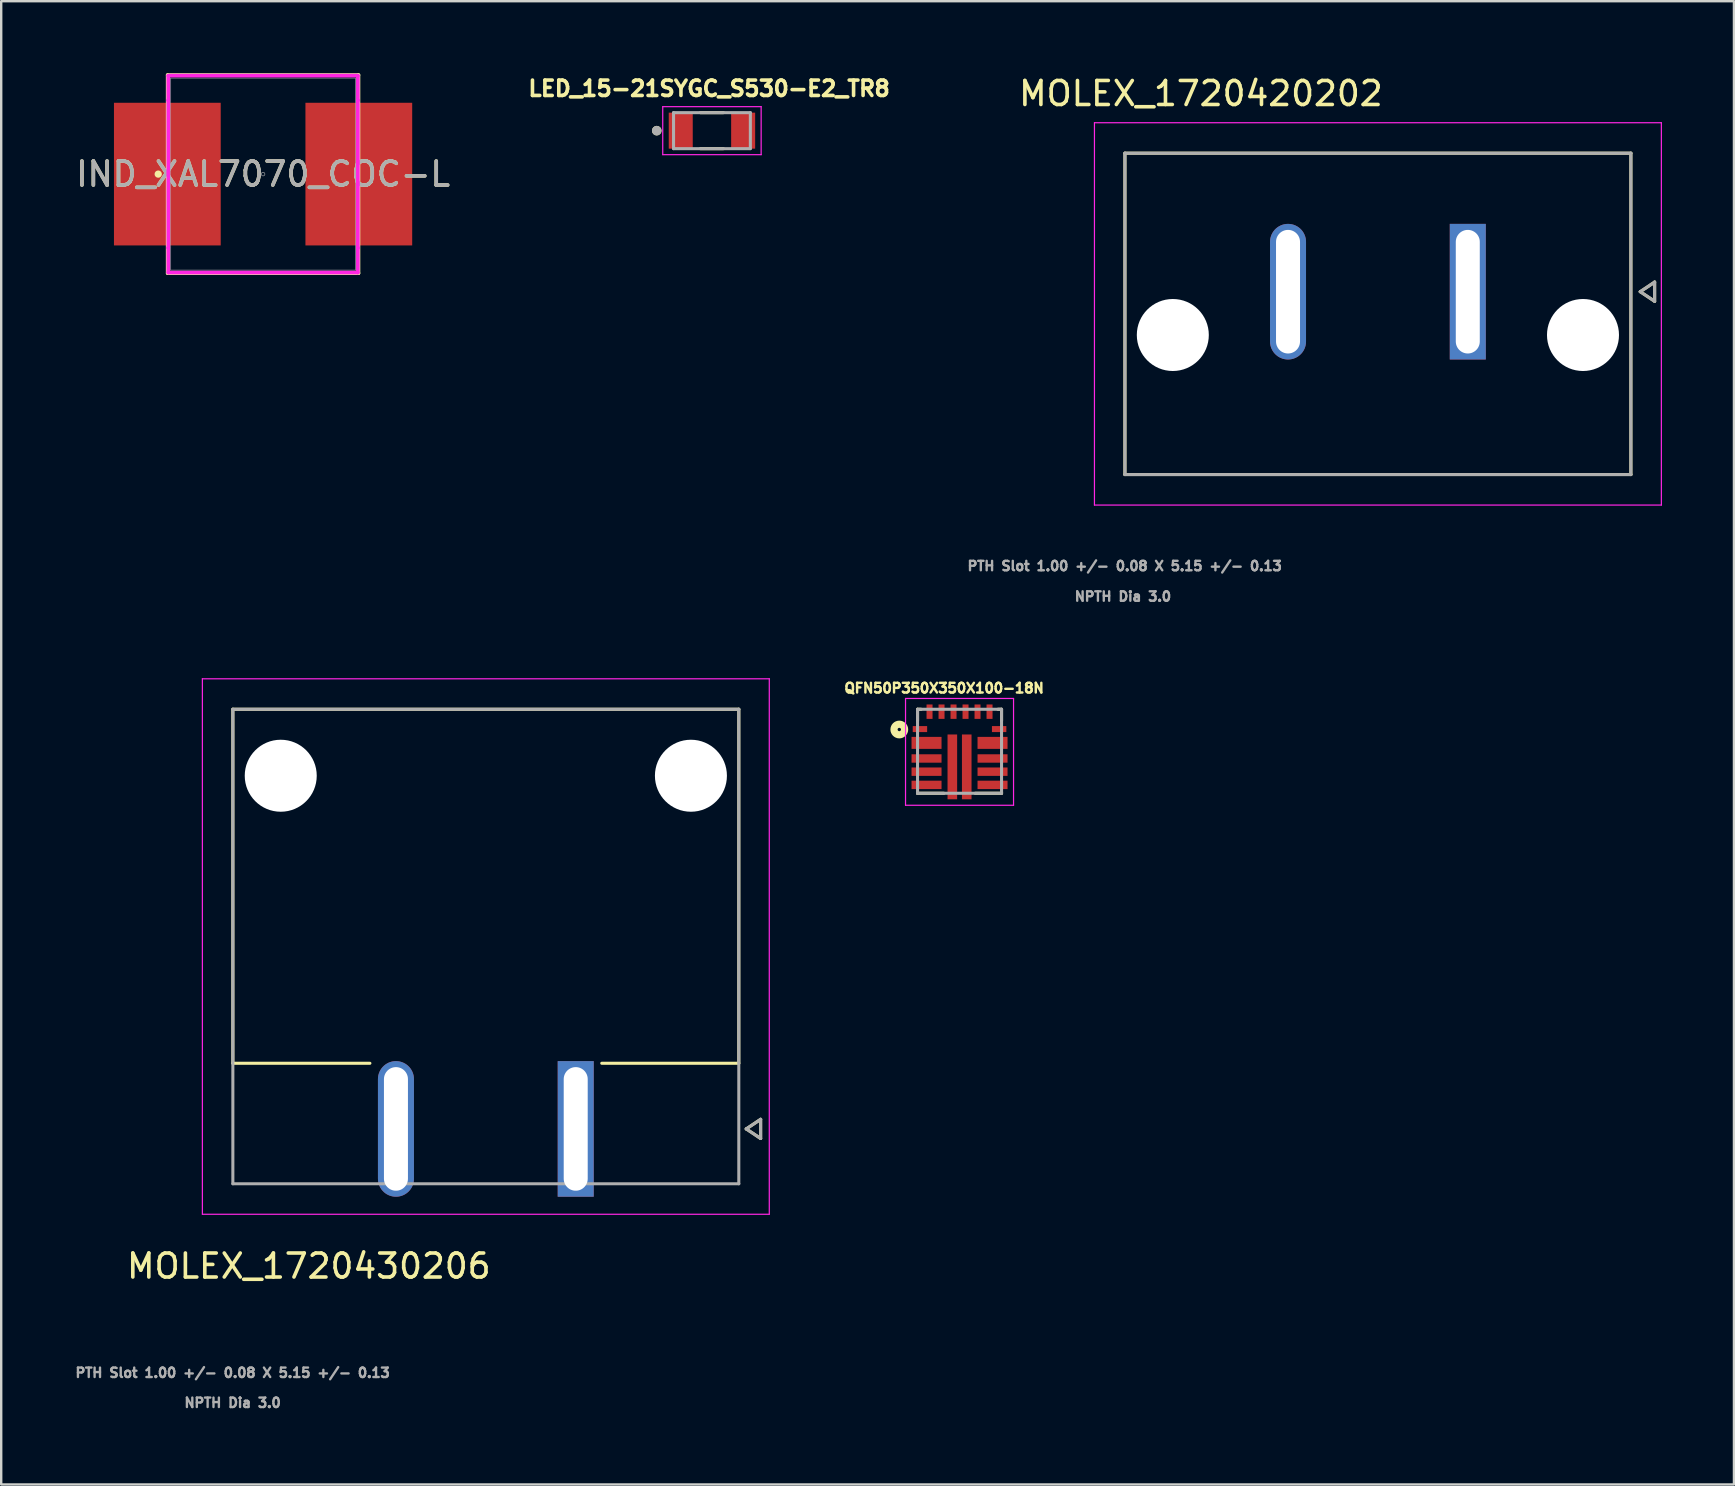
<source format=kicad_pcb>
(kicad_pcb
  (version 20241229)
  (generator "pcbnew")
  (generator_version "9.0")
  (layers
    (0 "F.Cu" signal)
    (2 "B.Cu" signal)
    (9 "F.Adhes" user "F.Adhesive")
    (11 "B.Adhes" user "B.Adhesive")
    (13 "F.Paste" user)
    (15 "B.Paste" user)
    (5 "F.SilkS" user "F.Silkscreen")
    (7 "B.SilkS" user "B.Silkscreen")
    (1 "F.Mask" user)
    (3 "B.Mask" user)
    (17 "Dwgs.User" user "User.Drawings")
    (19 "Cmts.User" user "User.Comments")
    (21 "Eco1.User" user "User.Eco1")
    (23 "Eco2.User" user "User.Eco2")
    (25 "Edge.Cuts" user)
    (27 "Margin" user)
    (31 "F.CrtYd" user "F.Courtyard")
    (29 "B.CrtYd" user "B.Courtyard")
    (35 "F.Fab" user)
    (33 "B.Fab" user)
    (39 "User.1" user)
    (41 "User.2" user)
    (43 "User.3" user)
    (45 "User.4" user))
  (footprint "LED_15-21SYGC_S530-E2_TR8"
    (layer "F.Cu")
    (at 26.613 2.394)
    (property "Reference" "LED_15-21SYGC_S530-E2_TR8" (at -0.118 -1.756 0) (layer "F.SilkS") (effects (font (size 0.64 0.64) (thickness 0.15))))
    (attr smd)
    (fp_line (start -0.48 0.75) (end 0.48 0.75) (stroke (width 0.127) (type solid)) (layer "F.SilkS"))
    (fp_line (start 0.48 -0.75) (end -0.48 -0.75) (stroke (width 0.127) (type solid)) (layer "F.SilkS"))
    (fp_circle (center -2.3 0) (end -2.2 0) (stroke (width 0.2) (type solid)) (fill no) (layer "F.SilkS"))
    (fp_line (start -2.05 -1) (end -2.05 1) (stroke (width 0.05) (type solid)) (layer "F.CrtYd"))
    (fp_line (start -2.05 1) (end 2.05 1) (stroke (width 0.05) (type solid)) (layer "F.CrtYd"))
    (fp_line (start 2.05 -1) (end -2.05 -1) (stroke (width 0.05) (type solid)) (layer "F.CrtYd"))
    (fp_line (start 2.05 1) (end 2.05 -1) (stroke (width 0.05) (type solid)) (layer "F.CrtYd"))
    (fp_line (start -1.6 -0.75) (end -1.6 0.75) (stroke (width 0.127) (type solid)) (layer "F.Fab"))
    (fp_line (start -1.6 0.75) (end 1.6 0.75) (stroke (width 0.127) (type solid)) (layer "F.Fab"))
    (fp_line (start 1.6 -0.75) (end -1.6 -0.75) (stroke (width 0.127) (type solid)) (layer "F.Fab"))
    (fp_line (start 1.6 0.75) (end 1.6 -0.75) (stroke (width 0.127) (type solid)) (layer "F.Fab"))
    (fp_circle (center -2.3 0) (end -2.2 0) (stroke (width 0.2) (type solid)) (fill no) (layer "F.Fab"))
    (pad "1" smd rect (at -1.3 0) (size 1 1.5) (layers "F.Cu" "F.Mask" "F.Paste"))
    (pad "2" smd rect (at 1.3 0) (size 1 1.5) (layers "F.Cu" "F.Mask" "F.Paste")))
  (footprint "MOLEX_1720430206"
    (layer "F.Cu")
    (at 20.937 43.986)
    (property "Reference" "MOLEX_1720430206" (at -11.12 5.715 0) (layer "F.SilkS") (effects (font (size 1 1) (thickness 0.15))))
    (attr through_hole)
    (fp_circle (center -12.29 -14.715) (end -11.502 -14.715) (stroke (width 1.576) (type solid)) (fill no) (layer "F.Mask"))
    (fp_circle (center 4.8 -14.715) (end 5.588 -14.715) (stroke (width 1.576) (type solid)) (fill no) (layer "F.Mask"))
    (fp_circle (center -12.29 -14.715) (end -11.502 -14.715) (stroke (width 1.576) (type solid)) (fill no) (layer "B.Mask"))
    (fp_circle (center 4.8 -14.715) (end 5.588 -14.715) (stroke (width 1.576) (type solid)) (fill no) (layer "B.Mask"))
    (fp_line (start -14.285 -17.485) (end 6.795 -17.485) (stroke (width 0.127) (type solid)) (layer "F.SilkS"))
    (fp_line (start -14.285 -2.735) (end -14.285 -17.485) (stroke (width 0.127) (type solid)) (layer "F.SilkS"))
    (fp_line (start -14.285 -2.735) (end -8.575 -2.735) (stroke (width 0.127) (type solid)) (layer "F.SilkS"))
    (fp_line (start 1.085 -2.735) (end 6.795 -2.735) (stroke (width 0.127) (type solid)) (layer "F.SilkS"))
    (fp_line (start 6.795 -17.485) (end 6.795 -2.735) (stroke (width 0.127) (type solid)) (layer "F.SilkS"))
    (fp_line (start 7.105 0) (end 7.705 -0.4) (stroke (width 0.127) (type solid)) (layer "F.SilkS"))
    (fp_line (start 7.705 -0.4) (end 7.705 0.4) (stroke (width 0.127) (type solid)) (layer "F.SilkS"))
    (fp_line (start 7.705 0.4) (end 7.105 0) (stroke (width 0.127) (type solid)) (layer "F.SilkS"))
    (fp_line (start -15.555 -18.755) (end 8.065 -18.755) (stroke (width 0.05) (type solid)) (layer "F.CrtYd"))
    (fp_line (start -15.555 3.555) (end -15.555 -18.755) (stroke (width 0.05) (type solid)) (layer "F.CrtYd"))
    (fp_line (start 8.065 -18.755) (end 8.065 3.555) (stroke (width 0.05) (type solid)) (layer "F.CrtYd"))
    (fp_line (start 8.065 3.555) (end -15.555 3.555) (stroke (width 0.05) (type solid)) (layer "F.CrtYd"))
    (fp_line (start -14.285 -17.485) (end 6.795 -17.485) (stroke (width 0.127) (type solid)) (layer "F.Fab"))
    (fp_line (start -14.285 2.285) (end -14.285 -17.485) (stroke (width 0.127) (type solid)) (layer "F.Fab"))
    (fp_line (start -14.285 2.285) (end 6.795 2.285) (stroke (width 0.127) (type solid)) (layer "F.Fab"))
    (fp_line (start 6.795 -17.485) (end 6.795 2.285) (stroke (width 0.127) (type solid)) (layer "F.Fab"))
    (fp_line (start 7.105 0) (end 7.705 -0.4) (stroke (width 0.127) (type solid)) (layer "F.Fab"))
    (fp_line (start 7.705 -0.4) (end 7.705 0.4) (stroke (width 0.127) (type solid)) (layer "F.Fab"))
    (fp_line (start 7.705 0.4) (end 7.105 0) (stroke (width 0.127) (type solid)) (layer "F.Fab"))
    (fp_text user "NPTH Dia 3.0" (at -14.295 11.41 0) (layer "F.Fab") (effects (font (size 0.394 0.394) (thickness 0.15))))
    (fp_text user "PTH Slot 1.00 +/- 0.08 X 5.15 +/- 0.13" (at -14.295 10.16 0) (layer "F.Fab") (effects (font (size 0.394 0.394) (thickness 0.15))))
    (pad "" np_thru_hole circle (at -12.29 -14.715) (size 3 3) (drill 3) (layers "*.Cu" "*.Mask"))
    (pad "" np_thru_hole circle (at 4.8 -14.715) (size 3 3) (drill 3) (layers "*.Cu" "*.Mask"))
    (pad "1" thru_hole rect (at 0 0) (size 1.5 5.65) (drill oval 1 5.15) (layers "*.Cu" "*.Mask"))
    (pad "2" thru_hole oval (at -7.49 0) (size 1.5 5.65) (drill oval 1 5.15) (layers "*.Cu" "*.Mask")))
  (footprint "IND_XAL7070_COC-L"
    (layer "F.Cu")
    (at 7.911 4.204)
    (property "Reference" "IND_XAL7070_COC-L" (at 0 0 0) (unlocked yes) (layer "F.SilkS") (effects (font (size 1 1) (thickness 0.15))))
    (attr smd)
    (fp_line (start -3.975 -4.128) (end -3.975 4.128) (stroke (width 0.152) (type solid)) (layer "F.SilkS"))
    (fp_line (start -3.975 4.128) (end 3.975 4.128) (stroke (width 0.152) (type solid)) (layer "F.SilkS"))
    (fp_line (start 3.975 -4.128) (end -3.975 -4.128) (stroke (width 0.152) (type solid)) (layer "F.SilkS"))
    (fp_line (start 3.975 4.128) (end 3.975 -4.128) (stroke (width 0.152) (type solid)) (layer "F.SilkS"))
    (fp_circle (center -4.369 0) (end -4.293 0) (stroke (width 0.152) (type solid)) (fill no) (layer "F.SilkS"))
    (fp_line (start -3.95 -4.102) (end 3.95 -4.102) (stroke (width 0.152) (type solid)) (layer "F.CrtYd"))
    (fp_line (start -3.95 -3.073) (end -3.95 -4.102) (stroke (width 0.152) (type solid)) (layer "F.CrtYd"))
    (fp_line (start -3.95 -3.073) (end -3.95 -3.073) (stroke (width 0.152) (type solid)) (layer "F.CrtYd"))
    (fp_line (start -3.95 3.073) (end -3.95 -3.073) (stroke (width 0.152) (type solid)) (layer "F.CrtYd"))
    (fp_line (start -3.95 3.073) (end -3.95 3.073) (stroke (width 0.152) (type solid)) (layer "F.CrtYd"))
    (fp_line (start -3.95 4.102) (end -3.95 3.073) (stroke (width 0.152) (type solid)) (layer "F.CrtYd"))
    (fp_line (start 3.95 -4.102) (end 3.95 -3.073) (stroke (width 0.152) (type solid)) (layer "F.CrtYd"))
    (fp_line (start 3.95 -3.073) (end 3.95 -3.073) (stroke (width 0.152) (type solid)) (layer "F.CrtYd"))
    (fp_line (start 3.95 -3.073) (end 3.95 3.073) (stroke (width 0.152) (type solid)) (layer "F.CrtYd"))
    (fp_line (start 3.95 3.073) (end 3.95 3.073) (stroke (width 0.152) (type solid)) (layer "F.CrtYd"))
    (fp_line (start 3.95 3.073) (end 3.95 4.102) (stroke (width 0.152) (type solid)) (layer "F.CrtYd"))
    (fp_line (start 3.95 4.102) (end -3.95 4.102) (stroke (width 0.152) (type solid)) (layer "F.CrtYd"))
    (fp_line (start -3.848 -4) (end -3.848 4) (stroke (width 0.025) (type solid)) (layer "F.Fab"))
    (fp_line (start -3.848 4) (end 3.848 4) (stroke (width 0.025) (type solid)) (layer "F.Fab"))
    (fp_line (start 3.848 -4) (end -3.848 -4) (stroke (width 0.025) (type solid)) (layer "F.Fab"))
    (fp_line (start 3.848 4) (end 3.848 -4) (stroke (width 0.025) (type solid)) (layer "F.Fab"))
    (fp_circle (center 0 0) (end 0.076 0) (stroke (width 0.025) (type solid)) (fill no) (layer "F.Fab"))
    (fp_text user "${REFERENCE}" (at 0 0 0) (unlocked yes) (layer "F.Fab") (effects (font (size 1 1) (thickness 0.15))))
    (pad "1" smd rect (at -3.989 0) (size 4.448 5.944) (layers "F.Cu" "F.Mask" "F.Paste"))
    (pad "2" smd rect (at 3.989 0) (size 4.448 5.944) (layers "F.Cu" "F.Mask" "F.Paste")))
  (footprint "MOLEX_1720420202"
    (layer "F.Cu")
    (at 58.105 9.103)
    (property "Reference" "MOLEX_1720420202" (at -11.12 -8.255 0) (layer "F.SilkS") (effects (font (size 1 1) (thickness 0.15))))
    (attr through_hole)
    (fp_circle (center -12.29 1.805) (end -11.502 1.805) (stroke (width 1.576) (type solid)) (fill no) (layer "F.Mask"))
    (fp_circle (center 4.8 1.805) (end 5.588 1.805) (stroke (width 1.576) (type solid)) (fill no) (layer "F.Mask"))
    (fp_circle (center -12.29 1.805) (end -11.502 1.805) (stroke (width 1.576) (type solid)) (fill no) (layer "B.Mask"))
    (fp_circle (center 4.8 1.805) (end 5.588 1.805) (stroke (width 1.576) (type solid)) (fill no) (layer "B.Mask"))
    (fp_line (start -14.285 -5.77) (end 6.795 -5.77) (stroke (width 0.127) (type solid)) (layer "F.SilkS"))
    (fp_line (start -14.285 7.62) (end -14.285 -5.77) (stroke (width 0.127) (type solid)) (layer "F.SilkS"))
    (fp_line (start 6.795 -5.77) (end 6.795 7.62) (stroke (width 0.127) (type solid)) (layer "F.SilkS"))
    (fp_line (start 6.795 7.62) (end -14.285 7.62) (stroke (width 0.127) (type solid)) (layer "F.SilkS"))
    (fp_line (start 7.185 0) (end 7.785 -0.4) (stroke (width 0.127) (type solid)) (layer "F.SilkS"))
    (fp_line (start 7.785 -0.4) (end 7.785 0.4) (stroke (width 0.127) (type solid)) (layer "F.SilkS"))
    (fp_line (start 7.785 0.4) (end 7.185 0) (stroke (width 0.127) (type solid)) (layer "F.SilkS"))
    (fp_line (start -15.555 -7.04) (end 8.065 -7.04) (stroke (width 0.05) (type solid)) (layer "F.CrtYd"))
    (fp_line (start -15.555 8.89) (end -15.555 -7.04) (stroke (width 0.05) (type solid)) (layer "F.CrtYd"))
    (fp_line (start 8.065 -7.04) (end 8.065 8.89) (stroke (width 0.05) (type solid)) (layer "F.CrtYd"))
    (fp_line (start 8.065 8.89) (end -15.555 8.89) (stroke (width 0.05) (type solid)) (layer "F.CrtYd"))
    (fp_line (start -14.285 -5.77) (end 6.795 -5.77) (stroke (width 0.127) (type solid)) (layer "F.Fab"))
    (fp_line (start -14.285 7.62) (end -14.285 -5.77) (stroke (width 0.127) (type solid)) (layer "F.Fab"))
    (fp_line (start 6.795 -5.77) (end 6.795 7.62) (stroke (width 0.127) (type solid)) (layer "F.Fab"))
    (fp_line (start 6.795 7.62) (end -14.285 7.62) (stroke (width 0.127) (type solid)) (layer "F.Fab"))
    (fp_line (start 7.185 0) (end 7.785 -0.4) (stroke (width 0.127) (type solid)) (layer "F.Fab"))
    (fp_line (start 7.785 -0.4) (end 7.785 0.4) (stroke (width 0.127) (type solid)) (layer "F.Fab"))
    (fp_line (start 7.785 0.4) (end 7.185 0) (stroke (width 0.127) (type solid)) (layer "F.Fab"))
    (fp_text user "NPTH Dia 3.0" (at -14.369 12.7 0) (layer "F.Fab") (effects (font (size 0.394 0.394) (thickness 0.15))))
    (fp_text user "PTH Slot 1.00 +/- 0.08 X 5.15 +/- 0.13" (at -14.295 11.43 0) (layer "F.Fab") (effects (font (size 0.394 0.394) (thickness 0.15))))
    (pad "" np_thru_hole circle (at -12.29 1.805) (size 3 3) (drill 3) (layers "*.Cu" "*.Mask"))
    (pad "" np_thru_hole circle (at 4.8 1.805) (size 3 3) (drill 3) (layers "*.Cu" "*.Mask"))
    (pad "1" thru_hole rect (at 0 0) (size 1.5 5.65) (drill oval 1 5.15) (layers "*.Cu" "*.Mask"))
    (pad "2" thru_hole oval (at -7.49 0) (size 1.5 5.65) (drill oval 1 5.15) (layers "*.Cu" "*.Mask")))
  (footprint "QFN50P350X350X100-18N"
    (layer "F.Cu")
    (at 36.929 28.252)
    (property "Reference" "QFN50P350X350X100-18N" (at -0.642 -2.631 0) (layer "F.SilkS") (effects (font (size 0.404 0.404) (thickness 0.15))))
    (attr smd)
    (fp_poly (pts (xy -2.018 -1.1) (xy -1.3 -1.1) (xy -1.3 -0.757) (xy -2.018 -0.757)) (stroke (width 0.01) (type solid)) (fill yes) (layer "F.Mask"))
    (fp_poly (pts (xy -1.968 0.175) (xy -0.8 0.175) (xy -0.8 0.429) (xy -1.968 0.429)) (stroke (width 0.01) (type solid)) (fill yes) (layer "F.Mask"))
    (fp_poly (pts (xy -1.968 1.275) (xy -0.8 1.275) (xy -0.8 1.539) (xy -1.968 1.539)) (stroke (width 0.01) (type solid)) (fill yes) (layer "F.Mask"))
    (fp_poly (pts (xy -1.967 -0.55) (xy -0.8 -0.55) (xy -0.8 -0.151) (xy -1.967 -0.151)) (stroke (width 0.01) (type solid)) (fill yes) (layer "F.Mask"))
    (fp_poly (pts (xy -1.966 0.725) (xy -0.8 0.725) (xy -0.8 0.983) (xy -1.966 0.983)) (stroke (width 0.01) (type solid)) (fill yes) (layer "F.Mask"))
    (fp_poly (pts (xy -1.443 -2) (xy -1.075 -2) (xy -1.075 -1.317) (xy -1.443 -1.317)) (stroke (width 0.01) (type solid)) (fill yes) (layer "F.Mask"))
    (fp_poly (pts (xy -0.932 -2) (xy -0.575 -2) (xy -0.575 -1.31) (xy -0.932 -1.31)) (stroke (width 0.01) (type solid)) (fill yes) (layer "F.Mask"))
    (fp_poly (pts (xy -0.455 -0.65) (xy -0.15 -0.65) (xy -0.15 1.97) (xy -0.455 1.97)) (stroke (width 0.01) (type solid)) (fill yes) (layer "F.Mask"))
    (fp_poly (pts (xy -0.428 -2) (xy -0.075 -2) (xy -0.075 -1.31) (xy -0.428 -1.31)) (stroke (width 0.01) (type solid)) (fill yes) (layer "F.Mask"))
    (fp_poly (pts (xy 0.076 -2) (xy 0.425 -2) (xy 0.425 -1.313) (xy 0.076 -1.313)) (stroke (width 0.01) (type solid)) (fill yes) (layer "F.Mask"))
    (fp_poly (pts (xy 0.151 -0.65) (xy 0.45 -0.65) (xy 0.45 1.969) (xy 0.151 1.969)) (stroke (width 0.01) (type solid)) (fill yes) (layer "F.Mask"))
    (fp_poly (pts (xy 0.581 -2) (xy 0.925 -2) (xy 0.925 -1.312) (xy 0.581 -1.312)) (stroke (width 0.01) (type solid)) (fill yes) (layer "F.Mask"))
    (fp_poly (pts (xy 0.805 1.275) (xy 1.95 1.275) (xy 1.95 1.535) (xy 0.805 1.535)) (stroke (width 0.01) (type solid)) (fill yes) (layer "F.Mask"))
    (fp_poly (pts (xy 0.808 0.725) (xy 1.95 0.725) (xy 1.95 0.985) (xy 0.808 0.985)) (stroke (width 0.01) (type solid)) (fill yes) (layer "F.Mask"))
    (fp_poly (pts (xy 0.809 0.175) (xy 1.95 0.175) (xy 1.95 0.43) (xy 0.809 0.43)) (stroke (width 0.01) (type solid)) (fill yes) (layer "F.Mask"))
    (fp_poly (pts (xy 0.809 -0.55) (xy 1.95 -0.55) (xy 1.95 -0.152) (xy 0.809 -0.152)) (stroke (width 0.01) (type solid)) (fill yes) (layer "F.Mask"))
    (fp_poly (pts (xy 1.088 -2) (xy 1.425 -2) (xy 1.425 -1.315) (xy 1.088 -1.315)) (stroke (width 0.01) (type solid)) (fill yes) (layer "F.Mask"))
    (fp_poly (pts (xy 1.312 -1.1) (xy 2 -1.1) (xy 2 -0.757) (xy 1.312 -0.757)) (stroke (width 0.01) (type solid)) (fill yes) (layer "F.Mask"))
    (fp_line (start -1.75 -1.75) (end -1.75 -1.27) (stroke (width 0.127) (type solid)) (layer "F.SilkS"))
    (fp_line (start -1.75 1.75) (end -1.75 1.7) (stroke (width 0.127) (type solid)) (layer "F.SilkS"))
    (fp_line (start -1.6 -1.75) (end -1.75 -1.75) (stroke (width 0.127) (type solid)) (layer "F.SilkS"))
    (fp_line (start -0.65 1.75) (end -1.75 1.75) (stroke (width 0.127) (type solid)) (layer "F.SilkS"))
    (fp_line (start 1.6 -1.75) (end 1.75 -1.75) (stroke (width 0.127) (type solid)) (layer "F.SilkS"))
    (fp_line (start 1.75 -1.75) (end 1.75 -1.27) (stroke (width 0.127) (type solid)) (layer "F.SilkS"))
    (fp_line (start 1.75 1.75) (end 0.65 1.75) (stroke (width 0.127) (type solid)) (layer "F.SilkS"))
    (fp_line (start 1.75 1.75) (end 1.75 1.7) (stroke (width 0.127) (type solid)) (layer "F.SilkS"))
    (fp_circle (center -2.51 -0.907) (end -2.44 -0.907) (stroke (width 0.3) (type solid)) (fill no) (layer "F.SilkS"))
    (fp_poly (pts (xy -1.975 -0.53) (xy -0.8 -0.53) (xy -0.8 -0.172) (xy -1.975 -0.172)) (stroke (width 0.01) (type solid)) (fill yes) (layer "F.Paste"))
    (fp_poly (pts (xy -1.972 0.725) (xy -0.8 0.725) (xy -0.8 0.986) (xy -1.972 0.986)) (stroke (width 0.01) (type solid)) (fill yes) (layer "F.Paste"))
    (fp_poly (pts (xy -1.97 1.275) (xy -0.8 1.275) (xy -0.8 1.54) (xy -1.97 1.54)) (stroke (width 0.01) (type solid)) (fill yes) (layer "F.Paste"))
    (fp_poly (pts (xy -1.969 0.175) (xy -0.8 0.175) (xy -0.8 0.429) (xy -1.969 0.429)) (stroke (width 0.01) (type solid)) (fill yes) (layer "F.Paste"))
    (fp_poly (pts (xy -0.456 1.218) (xy -0.15 1.218) (xy -0.15 1.976) (xy -0.456 1.976)) (stroke (width 0.01) (type solid)) (fill yes) (layer "F.Paste"))
    (fp_poly (pts (xy -0.455 0.284) (xy -0.15 0.284) (xy -0.15 1.029) (xy -0.455 1.029)) (stroke (width 0.01) (type solid)) (fill yes) (layer "F.Paste"))
    (fp_poly (pts (xy -0.454 -0.649) (xy -0.15 -0.649) (xy -0.15 0.085) (xy -0.454 0.085)) (stroke (width 0.01) (type solid)) (fill yes) (layer "F.Paste"))
    (fp_poly (pts (xy 0.151 -0.649) (xy 0.45 -0.649) (xy 0.45 0.085) (xy 0.151 0.085)) (stroke (width 0.01) (type solid)) (fill yes) (layer "F.Paste"))
    (fp_poly (pts (xy 0.151 0.284) (xy 0.45 0.284) (xy 0.45 1.027) (xy 0.151 1.027)) (stroke (width 0.01) (type solid)) (fill yes) (layer "F.Paste"))
    (fp_poly (pts (xy 0.152 1.218) (xy 0.45 1.218) (xy 0.45 1.972) (xy 0.152 1.972)) (stroke (width 0.01) (type solid)) (fill yes) (layer "F.Paste"))
    (fp_poly (pts (xy 0.808 0.725) (xy 1.95 0.725) (xy 1.95 0.984) (xy 0.808 0.984)) (stroke (width 0.01) (type solid)) (fill yes) (layer "F.Paste"))
    (fp_poly (pts (xy 0.808 -0.53) (xy 1.95 -0.53) (xy 1.95 -0.172) (xy 0.808 -0.172)) (stroke (width 0.01) (type solid)) (fill yes) (layer "F.Paste"))
    (fp_poly (pts (xy 0.809 1.275) (xy 1.95 1.275) (xy 1.95 1.542) (xy 0.809 1.542)) (stroke (width 0.01) (type solid)) (fill yes) (layer "F.Paste"))
    (fp_poly (pts (xy 0.81 0.175) (xy 1.95 0.175) (xy 1.95 0.43) (xy 0.81 0.43)) (stroke (width 0.01) (type solid)) (fill yes) (layer "F.Paste"))
    (fp_line (start -2.25 -2.2) (end 2.25 -2.2) (stroke (width 0.05) (type solid)) (layer "F.CrtYd"))
    (fp_line (start -2.25 2.25) (end -2.25 -2.2) (stroke (width 0.05) (type solid)) (layer "F.CrtYd"))
    (fp_line (start 2.25 -2.2) (end 2.25 2.25) (stroke (width 0.05) (type solid)) (layer "F.CrtYd"))
    (fp_line (start 2.25 2.25) (end -2.25 2.25) (stroke (width 0.05) (type solid)) (layer "F.CrtYd"))
    (fp_line (start -1.75 -1.75) (end 1.75 -1.75) (stroke (width 0.127) (type solid)) (layer "F.Fab"))
    (fp_line (start -1.75 1.75) (end -1.75 -1.75) (stroke (width 0.127) (type solid)) (layer "F.Fab"))
    (fp_line (start 1.75 -1.75) (end 1.75 1.75) (stroke (width 0.127) (type solid)) (layer "F.Fab"))
    (fp_line (start 1.75 1.75) (end -1.75 1.75) (stroke (width 0.127) (type solid)) (layer "F.Fab"))
    (pad "1" smd rect (at -1.65 -0.925 90) (size 0.25 0.6) (layers "F.Cu" "F.Paste"))
    (pad "2" smd rect (at -1.375 -0.35 90) (size 0.5 1.25) (layers "F.Cu"))
    (pad "3" smd rect (at -1.375 0.3 90) (size 0.35 1.25) (layers "F.Cu"))
    (pad "4" smd rect (at -1.375 0.85 90) (size 0.35 1.25) (layers "F.Cu"))
    (pad "5" smd rect (at -1.375 1.4 90) (size 0.35 1.25) (layers "F.Cu"))
    (pad "6" smd rect (at -0.3 0.65) (size 0.4 2.7) (layers "F.Cu"))
    (pad "7" smd rect (at 0.3 0.65) (size 0.4 2.7) (layers "F.Cu"))
    (pad "8" smd rect (at 1.375 1.4 90) (size 0.35 1.25) (layers "F.Cu"))
    (pad "9" smd rect (at 1.375 0.85 90) (size 0.35 1.25) (layers "F.Cu"))
    (pad "10" smd rect (at 1.375 0.3 90) (size 0.35 1.25) (layers "F.Cu"))
    (pad "11" smd rect (at 1.375 -0.35 90) (size 0.5 1.25) (layers "F.Cu"))
    (pad "12" smd rect (at 1.65 -0.925) (size 0.6 0.25) (layers "F.Cu" "F.Paste"))
    (pad "13" smd rect (at 1.25 -1.65) (size 0.25 0.6) (layers "F.Cu" "F.Paste"))
    (pad "14" smd rect (at 0.75 -1.65) (size 0.25 0.6) (layers "F.Cu" "F.Paste"))
    (pad "15" smd rect (at 0.25 -1.65) (size 0.25 0.6) (layers "F.Cu" "F.Paste"))
    (pad "16" smd rect (at -0.25 -1.65) (size 0.25 0.6) (layers "F.Cu" "F.Paste"))
    (pad "17" smd rect (at -0.75 -1.65 90) (size 0.6 0.25) (layers "F.Cu" "F.Paste"))
    (pad "18" smd rect (at -1.25 -1.65 90) (size 0.6 0.25) (layers "F.Cu" "F.Paste")))
  (gr_rect
    (start -3 -3)
    (end 69.195 58.799)
    (stroke (width 0.1) (type default))
    (fill no)
    (layer "Edge.Cuts")))
</source>
